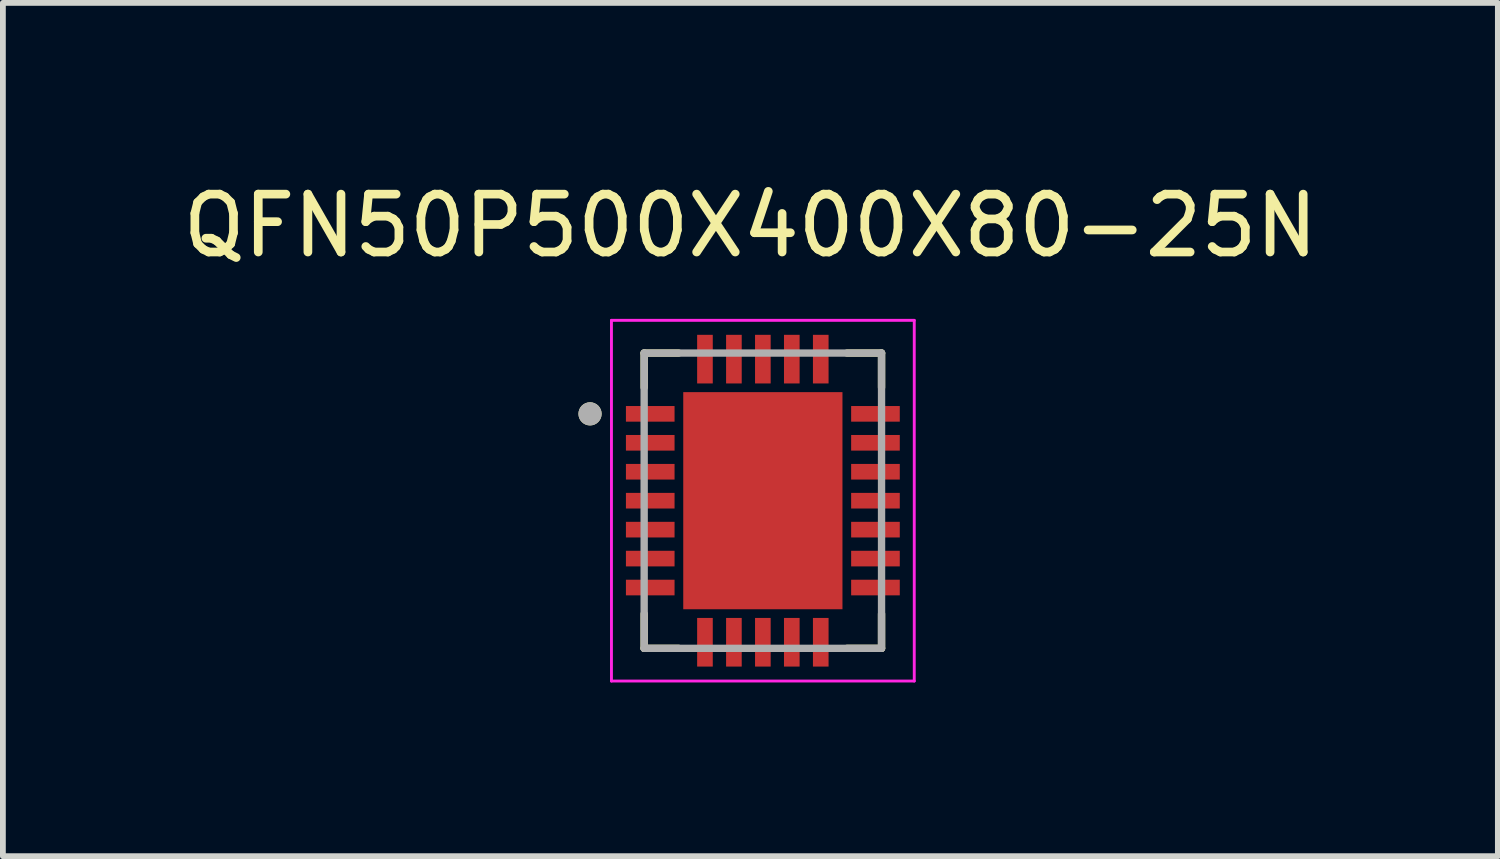
<source format=kicad_pcb>
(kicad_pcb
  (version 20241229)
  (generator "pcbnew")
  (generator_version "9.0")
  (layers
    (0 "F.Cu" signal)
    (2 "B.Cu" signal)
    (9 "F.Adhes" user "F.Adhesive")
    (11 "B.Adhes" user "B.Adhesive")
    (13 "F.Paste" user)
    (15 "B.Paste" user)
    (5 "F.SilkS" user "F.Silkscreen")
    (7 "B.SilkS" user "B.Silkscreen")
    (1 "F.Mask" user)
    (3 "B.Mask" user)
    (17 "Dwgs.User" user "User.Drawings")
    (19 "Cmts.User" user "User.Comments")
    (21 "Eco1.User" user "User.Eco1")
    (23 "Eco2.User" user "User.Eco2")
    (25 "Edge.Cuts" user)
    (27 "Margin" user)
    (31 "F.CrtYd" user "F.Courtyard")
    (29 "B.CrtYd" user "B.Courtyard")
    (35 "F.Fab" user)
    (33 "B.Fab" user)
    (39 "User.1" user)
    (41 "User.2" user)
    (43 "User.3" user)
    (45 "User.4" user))
  (footprint "QFN50P500X400X80-25N"
    (layer "F.Cu")
    (at 10.126 5.598)
    (property "Reference" "QFN50P500X400X80-25N" (at -0.215 -4.75 0) (layer "F.SilkS") (effects (font (size 1 1) (thickness 0.15))))
    (attr through_hole)
    (fp_line (start -2.05 -2.55) (end -2.05 -1.955) (stroke (width 0.127) (type solid)) (layer "F.SilkS"))
    (fp_line (start -2.05 -2.55) (end -1.455 -2.55) (stroke (width 0.127) (type solid)) (layer "F.SilkS"))
    (fp_line (start -2.05 2.55) (end -2.05 1.955) (stroke (width 0.127) (type solid)) (layer "F.SilkS"))
    (fp_line (start -2.05 2.55) (end -1.455 2.55) (stroke (width 0.127) (type solid)) (layer "F.SilkS"))
    (fp_line (start 2.05 -2.55) (end 1.455 -2.55) (stroke (width 0.127) (type solid)) (layer "F.SilkS"))
    (fp_line (start 2.05 -2.55) (end 2.05 -1.955) (stroke (width 0.127) (type solid)) (layer "F.SilkS"))
    (fp_line (start 2.05 2.55) (end 1.455 2.55) (stroke (width 0.127) (type solid)) (layer "F.SilkS"))
    (fp_line (start 2.05 2.55) (end 2.05 1.955) (stroke (width 0.127) (type solid)) (layer "F.SilkS"))
    (fp_circle (center -2.985 -1.5) (end -2.885 -1.5) (stroke (width 0.2) (type solid)) (fill no) (layer "F.SilkS"))
    (fp_poly (pts (xy -0.87 -1.19) (xy 0.87 -1.19) (xy 0.87 1.19) (xy -0.87 1.19)) (stroke (width 0.01) (type solid)) (fill yes) (layer "F.Paste"))
    (fp_line (start -2.615 -3.115) (end 2.615 -3.115) (stroke (width 0.05) (type solid)) (layer "F.CrtYd"))
    (fp_line (start -2.615 3.115) (end -2.615 -3.115) (stroke (width 0.05) (type solid)) (layer "F.CrtYd"))
    (fp_line (start -2.615 3.115) (end 2.615 3.115) (stroke (width 0.05) (type solid)) (layer "F.CrtYd"))
    (fp_line (start 2.615 3.115) (end 2.615 -3.115) (stroke (width 0.05) (type solid)) (layer "F.CrtYd"))
    (fp_line (start -2.05 2.55) (end -2.05 -2.55) (stroke (width 0.127) (type solid)) (layer "F.Fab"))
    (fp_line (start 2.05 -2.55) (end -2.05 -2.55) (stroke (width 0.127) (type solid)) (layer "F.Fab"))
    (fp_line (start 2.05 2.55) (end -2.05 2.55) (stroke (width 0.127) (type solid)) (layer "F.Fab"))
    (fp_line (start 2.05 2.55) (end 2.05 -2.55) (stroke (width 0.127) (type solid)) (layer "F.Fab"))
    (fp_circle (center -2.985 -1.5) (end -2.885 -1.5) (stroke (width 0.2) (type solid)) (fill no) (layer "F.Fab"))
    (pad "1" smd rect (at -1.945 -1.5) (size 0.84 0.27) (layers "F.Cu" "F.Mask" "F.Paste"))
    (pad "2" smd rect (at -1.945 -1) (size 0.84 0.27) (layers "F.Cu" "F.Mask" "F.Paste"))
    (pad "3" smd rect (at -1.945 -0.5) (size 0.84 0.27) (layers "F.Cu" "F.Mask" "F.Paste"))
    (pad "4" smd rect (at -1.945 0) (size 0.84 0.27) (layers "F.Cu" "F.Mask" "F.Paste"))
    (pad "5" smd rect (at -1.945 0.5) (size 0.84 0.27) (layers "F.Cu" "F.Mask" "F.Paste"))
    (pad "6" smd rect (at -1.945 1) (size 0.84 0.27) (layers "F.Cu" "F.Mask" "F.Paste"))
    (pad "7" smd rect (at -1.945 1.5) (size 0.84 0.27) (layers "F.Cu" "F.Mask" "F.Paste"))
    (pad "8" smd rect (at -1 2.445) (size 0.27 0.84) (layers "F.Cu" "F.Mask" "F.Paste"))
    (pad "9" smd rect (at -0.5 2.445) (size 0.27 0.84) (layers "F.Cu" "F.Mask" "F.Paste"))
    (pad "10" smd rect (at 0 2.445) (size 0.27 0.84) (layers "F.Cu" "F.Mask" "F.Paste"))
    (pad "11" smd rect (at 0.5 2.445) (size 0.27 0.84) (layers "F.Cu" "F.Mask" "F.Paste"))
    (pad "12" smd rect (at 1 2.445) (size 0.27 0.84) (layers "F.Cu" "F.Mask" "F.Paste"))
    (pad "13" smd rect (at 1.945 1.5) (size 0.84 0.27) (layers "F.Cu" "F.Mask" "F.Paste"))
    (pad "14" smd rect (at 1.945 1) (size 0.84 0.27) (layers "F.Cu" "F.Mask" "F.Paste"))
    (pad "15" smd rect (at 1.945 0.5) (size 0.84 0.27) (layers "F.Cu" "F.Mask" "F.Paste"))
    (pad "16" smd rect (at 1.945 0) (size 0.84 0.27) (layers "F.Cu" "F.Mask" "F.Paste"))
    (pad "17" smd rect (at 1.945 -0.5) (size 0.84 0.27) (layers "F.Cu" "F.Mask" "F.Paste"))
    (pad "18" smd rect (at 1.945 -1) (size 0.84 0.27) (layers "F.Cu" "F.Mask" "F.Paste"))
    (pad "19" smd rect (at 1.945 -1.5) (size 0.84 0.27) (layers "F.Cu" "F.Mask" "F.Paste"))
    (pad "20" smd rect (at 1 -2.445) (size 0.27 0.84) (layers "F.Cu" "F.Mask" "F.Paste"))
    (pad "21" smd rect (at 0.5 -2.445) (size 0.27 0.84) (layers "F.Cu" "F.Mask" "F.Paste"))
    (pad "22" smd rect (at 0 -2.445) (size 0.27 0.84) (layers "F.Cu" "F.Mask" "F.Paste"))
    (pad "23" smd rect (at -0.5 -2.445) (size 0.27 0.84) (layers "F.Cu" "F.Mask" "F.Paste"))
    (pad "24" smd rect (at -1 -2.445) (size 0.27 0.84) (layers "F.Cu" "F.Mask" "F.Paste"))
    (pad "25" smd rect (at 0 0) (size 2.75 3.75) (layers "F.Cu" "F.Mask")))
  (gr_rect
    (start -3 -3)
    (end 22.821 11.738)
    (stroke (width 0.1) (type default))
    (fill no)
    (layer "Edge.Cuts")))
</source>
